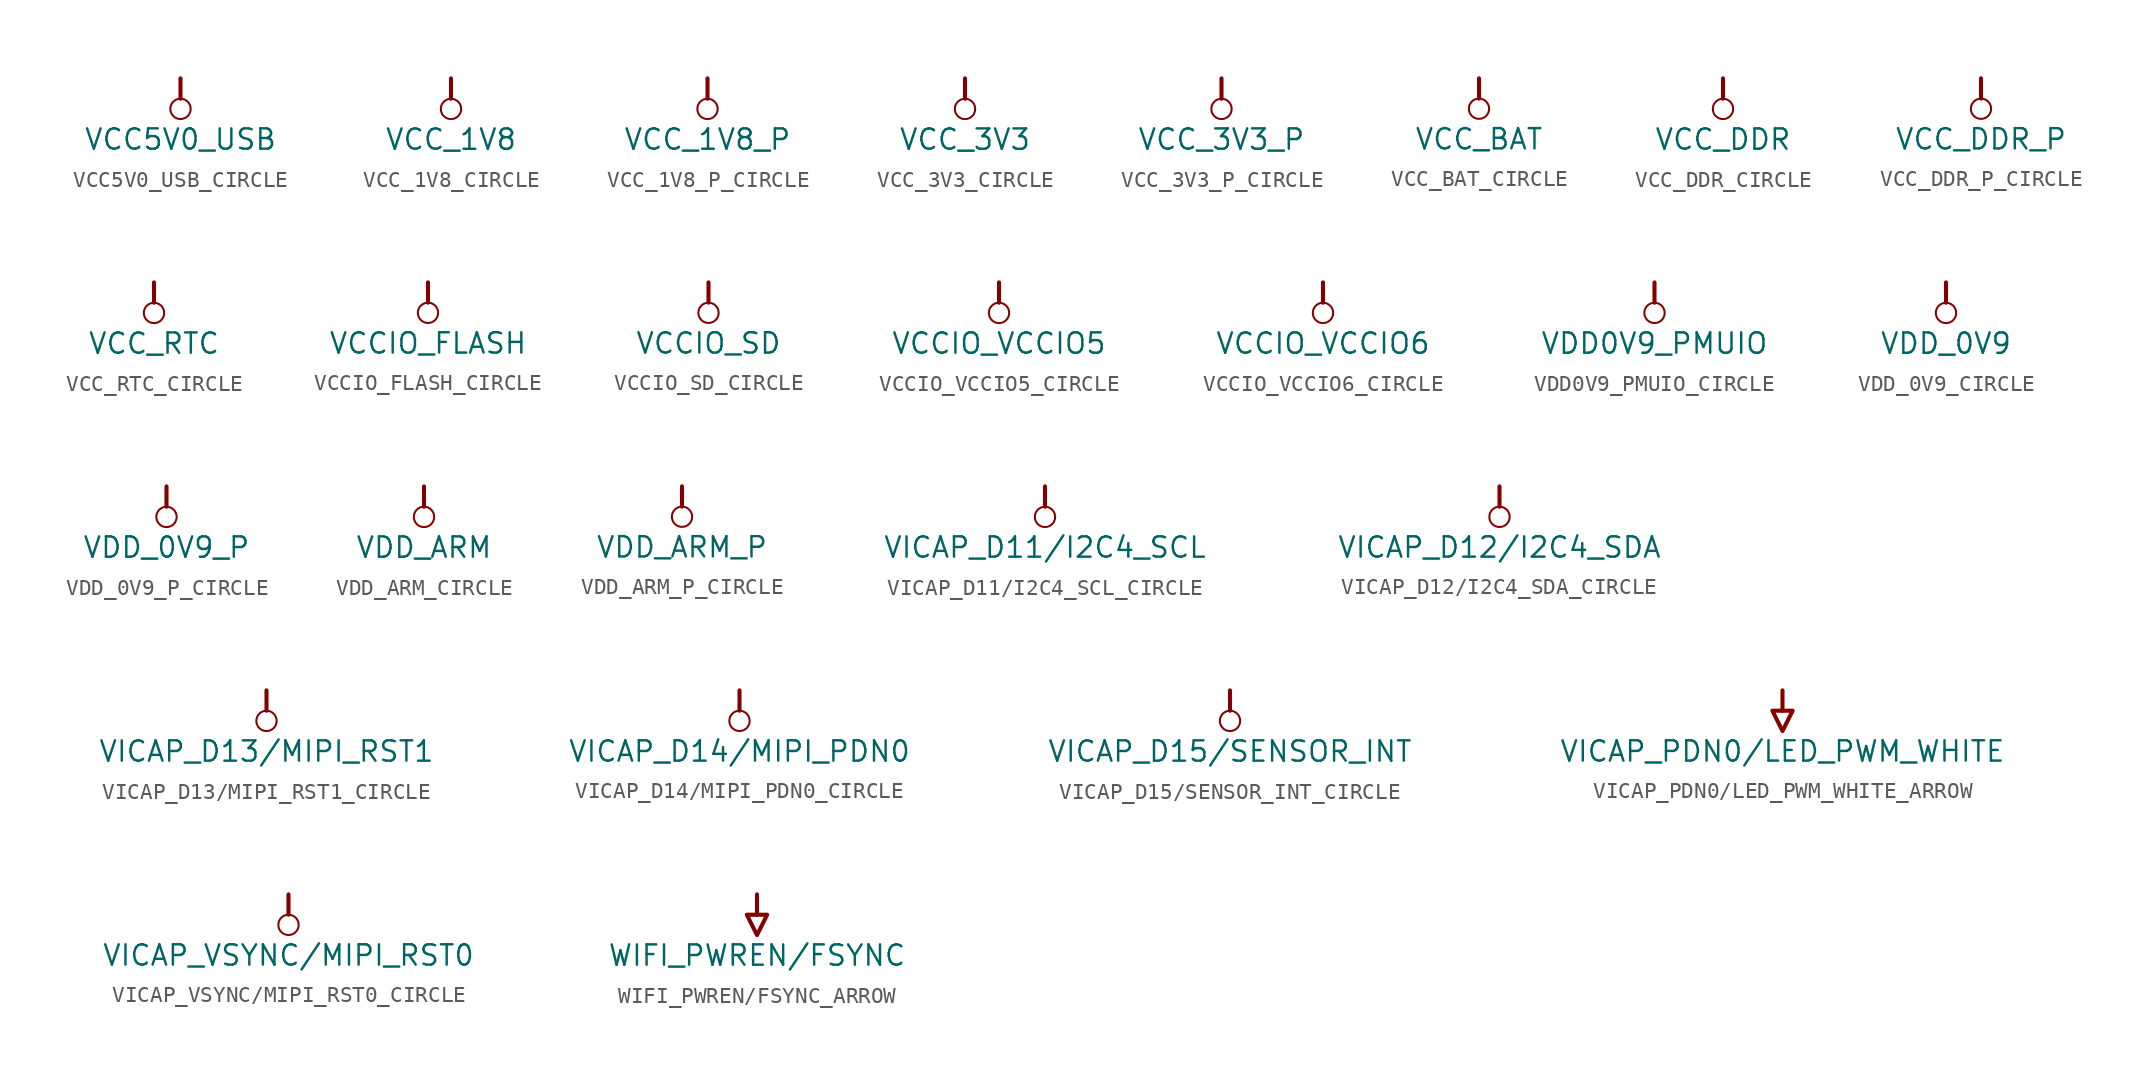
<source format=kicad_sym>
(kicad_symbol_lib
  (version 20241209)
  (generator "kicad_symbol_editor")
  (generator_version "9.0")
  (symbol "VCC5V0_USB_CIRCLE"
    (power)
    (property "Reference" "#PWR"
      (at 0 0 0)
      (effects (font (size 1.27 1.27)) (hide yes)))
    (property "Value" "VCC5V0_USB"
      (at 0 -3.81 0)
      (effects (font (size 1.27 1.27))))
    (symbol "VCC5V0_USB_CIRCLE_0_0"
      (polyline (pts (xy 0 0) (xy 0 -1.27)) (stroke (width 0.254) (type solid)) (fill (type none)))
      (circle (center 0 -1.905) (radius 0.635) (stroke (width 0.127) (type solid)) (fill (type none)))
      (pin power_in line (at 0 0 0) (length 0) (hide yes) (name "VCC5V0_USB" (effects (font (size 1.27 1.27)))) (number "" (effects (font (size 1.27 1.27)))))))
  (symbol "VCC_1V8_CIRCLE"
    (power)
    (property "Reference" "#PWR"
      (at 0 0 0)
      (effects (font (size 1.27 1.27)) (hide yes)))
    (property "Value" "VCC_1V8"
      (at 0 -3.81 0)
      (effects (font (size 1.27 1.27))))
    (symbol "VCC_1V8_CIRCLE_0_0"
      (polyline (pts (xy 0 0) (xy 0 -1.27)) (stroke (width 0.254) (type solid)) (fill (type none)))
      (circle (center 0 -1.905) (radius 0.635) (stroke (width 0.127) (type solid)) (fill (type none)))
      (pin power_in line (at 0 0 0) (length 0) (hide yes) (name "VCC_1V8" (effects (font (size 1.27 1.27)))) (number "" (effects (font (size 1.27 1.27)))))))
  (symbol "VCC_1V8_P_CIRCLE"
    (power)
    (property "Reference" "#PWR"
      (at 0 0 0)
      (effects (font (size 1.27 1.27)) (hide yes)))
    (property "Value" "VCC_1V8_P"
      (at 0 -3.81 0)
      (effects (font (size 1.27 1.27))))
    (symbol "VCC_1V8_P_CIRCLE_0_0"
      (polyline (pts (xy 0 0) (xy 0 -1.27)) (stroke (width 0.254) (type solid)) (fill (type none)))
      (circle (center 0 -1.905) (radius 0.635) (stroke (width 0.127) (type solid)) (fill (type none)))
      (pin power_in line (at 0 0 0) (length 0) (hide yes) (name "VCC_1V8_P" (effects (font (size 1.27 1.27)))) (number "" (effects (font (size 1.27 1.27)))))))
  (symbol "VCC_3V3_CIRCLE"
    (power)
    (property "Reference" "#PWR"
      (at 0 0 0)
      (effects (font (size 1.27 1.27)) (hide yes)))
    (property "Value" "VCC_3V3"
      (at 0 -3.81 0)
      (effects (font (size 1.27 1.27))))
    (symbol "VCC_3V3_CIRCLE_0_0"
      (polyline (pts (xy 0 0) (xy 0 -1.27)) (stroke (width 0.254) (type solid)) (fill (type none)))
      (circle (center 0 -1.905) (radius 0.635) (stroke (width 0.127) (type solid)) (fill (type none)))
      (pin power_in line (at 0 0 0) (length 0) (hide yes) (name "VCC_3V3" (effects (font (size 1.27 1.27)))) (number "" (effects (font (size 1.27 1.27)))))))
  (symbol "VCC_3V3_P_CIRCLE"
    (power)
    (property "Reference" "#PWR"
      (at 0 0 0)
      (effects (font (size 1.27 1.27)) (hide yes)))
    (property "Value" "VCC_3V3_P"
      (at 0 -3.81 0)
      (effects (font (size 1.27 1.27))))
    (symbol "VCC_3V3_P_CIRCLE_0_0"
      (polyline (pts (xy 0 0) (xy 0 -1.27)) (stroke (width 0.254) (type solid)) (fill (type none)))
      (circle (center 0 -1.905) (radius 0.635) (stroke (width 0.127) (type solid)) (fill (type none)))
      (pin power_in line (at 0 0 0) (length 0) (hide yes) (name "VCC_3V3_P" (effects (font (size 1.27 1.27)))) (number "" (effects (font (size 1.27 1.27)))))))
  (symbol "VCC_BAT_CIRCLE"
    (power)
    (property "Reference" "#PWR"
      (at 0 0 0)
      (effects (font (size 1.27 1.27)) (hide yes)))
    (property "Value" "VCC_BAT"
      (at 0 -3.81 0)
      (effects (font (size 1.27 1.27))))
    (symbol "VCC_BAT_CIRCLE_0_0"
      (polyline (pts (xy 0 0) (xy 0 -1.27)) (stroke (width 0.254) (type solid)) (fill (type none)))
      (circle (center 0 -1.905) (radius 0.635) (stroke (width 0.127) (type solid)) (fill (type none)))
      (pin power_in line (at 0 0 0) (length 0) (hide yes) (name "VCC_BAT" (effects (font (size 1.27 1.27)))) (number "" (effects (font (size 1.27 1.27)))))))
  (symbol "VCC_DDR_CIRCLE"
    (power)
    (property "Reference" "#PWR"
      (at 0 0 0)
      (effects (font (size 1.27 1.27)) (hide yes)))
    (property "Value" "VCC_DDR"
      (at 0 -3.81 0)
      (effects (font (size 1.27 1.27))))
    (symbol "VCC_DDR_CIRCLE_0_0"
      (polyline (pts (xy 0 0) (xy 0 -1.27)) (stroke (width 0.254) (type solid)) (fill (type none)))
      (circle (center 0 -1.905) (radius 0.635) (stroke (width 0.127) (type solid)) (fill (type none)))
      (pin power_in line (at 0 0 0) (length 0) (hide yes) (name "VCC_DDR" (effects (font (size 1.27 1.27)))) (number "" (effects (font (size 1.27 1.27)))))))
  (symbol "VCC_DDR_P_CIRCLE"
    (power)
    (property "Reference" "#PWR"
      (at 0 0 0)
      (effects (font (size 1.27 1.27)) (hide yes)))
    (property "Value" "VCC_DDR_P"
      (at 0 -3.81 0)
      (effects (font (size 1.27 1.27))))
    (symbol "VCC_DDR_P_CIRCLE_0_0"
      (polyline (pts (xy 0 0) (xy 0 -1.27)) (stroke (width 0.254) (type solid)) (fill (type none)))
      (circle (center 0 -1.905) (radius 0.635) (stroke (width 0.127) (type solid)) (fill (type none)))
      (pin power_in line (at 0 0 0) (length 0) (hide yes) (name "VCC_DDR_P" (effects (font (size 1.27 1.27)))) (number "" (effects (font (size 1.27 1.27)))))))
  (symbol "VCC_RTC_CIRCLE"
    (power)
    (property "Reference" "#PWR"
      (at 0 0 0)
      (effects (font (size 1.27 1.27)) (hide yes)))
    (property "Value" "VCC_RTC"
      (at 0 -3.81 0)
      (effects (font (size 1.27 1.27))))
    (symbol "VCC_RTC_CIRCLE_0_0"
      (polyline (pts (xy 0 0) (xy 0 -1.27)) (stroke (width 0.254) (type solid)) (fill (type none)))
      (circle (center 0 -1.905) (radius 0.635) (stroke (width 0.127) (type solid)) (fill (type none)))
      (pin power_in line (at 0 0 0) (length 0) (hide yes) (name "VCC_RTC" (effects (font (size 1.27 1.27)))) (number "" (effects (font (size 1.27 1.27)))))))
  (symbol "VCCIO_FLASH_CIRCLE"
    (power)
    (property "Reference" "#PWR"
      (at 0 0 0)
      (effects (font (size 1.27 1.27)) (hide yes)))
    (property "Value" "VCCIO_FLASH"
      (at 0 -3.81 0)
      (effects (font (size 1.27 1.27))))
    (symbol "VCCIO_FLASH_CIRCLE_0_0"
      (polyline (pts (xy 0 0) (xy 0 -1.27)) (stroke (width 0.254) (type solid)) (fill (type none)))
      (circle (center 0 -1.905) (radius 0.635) (stroke (width 0.127) (type solid)) (fill (type none)))
      (pin power_in line (at 0 0 0) (length 0) (hide yes) (name "VCCIO_FLASH" (effects (font (size 1.27 1.27)))) (number "" (effects (font (size 1.27 1.27)))))))
  (symbol "VCCIO_SD_CIRCLE"
    (power)
    (property "Reference" "#PWR"
      (at 0 0 0)
      (effects (font (size 1.27 1.27)) (hide yes)))
    (property "Value" "VCCIO_SD"
      (at 0 -3.81 0)
      (effects (font (size 1.27 1.27))))
    (symbol "VCCIO_SD_CIRCLE_0_0"
      (polyline (pts (xy 0 0) (xy 0 -1.27)) (stroke (width 0.254) (type solid)) (fill (type none)))
      (circle (center 0 -1.905) (radius 0.635) (stroke (width 0.127) (type solid)) (fill (type none)))
      (pin power_in line (at 0 0 0) (length 0) (hide yes) (name "VCCIO_SD" (effects (font (size 1.27 1.27)))) (number "" (effects (font (size 1.27 1.27)))))))
  (symbol "VCCIO_VCCIO5_CIRCLE"
    (power)
    (property "Reference" "#PWR"
      (at 0 0 0)
      (effects (font (size 1.27 1.27)) (hide yes)))
    (property "Value" "VCCIO_VCCIO5"
      (at 0 -3.81 0)
      (effects (font (size 1.27 1.27))))
    (symbol "VCCIO_VCCIO5_CIRCLE_0_0"
      (polyline (pts (xy 0 0) (xy 0 -1.27)) (stroke (width 0.254) (type solid)) (fill (type none)))
      (circle (center 0 -1.905) (radius 0.635) (stroke (width 0.127) (type solid)) (fill (type none)))
      (pin power_in line (at 0 0 0) (length 0) (hide yes) (name "VCCIO_VCCIO5" (effects (font (size 1.27 1.27)))) (number "" (effects (font (size 1.27 1.27)))))))
  (symbol "VCCIO_VCCIO6_CIRCLE"
    (power)
    (property "Reference" "#PWR"
      (at 0 0 0)
      (effects (font (size 1.27 1.27)) (hide yes)))
    (property "Value" "VCCIO_VCCIO6"
      (at 0 -3.81 0)
      (effects (font (size 1.27 1.27))))
    (symbol "VCCIO_VCCIO6_CIRCLE_0_0"
      (polyline (pts (xy 0 0) (xy 0 -1.27)) (stroke (width 0.254) (type solid)) (fill (type none)))
      (circle (center 0 -1.905) (radius 0.635) (stroke (width 0.127) (type solid)) (fill (type none)))
      (pin power_in line (at 0 0 0) (length 0) (hide yes) (name "VCCIO_VCCIO6" (effects (font (size 1.27 1.27)))) (number "" (effects (font (size 1.27 1.27)))))))
  (symbol "VDD0V9_PMUIO_CIRCLE"
    (power)
    (property "Reference" "#PWR"
      (at 0 0 0)
      (effects (font (size 1.27 1.27)) (hide yes)))
    (property "Value" "VDD0V9_PMUIO"
      (at 0 -3.81 0)
      (effects (font (size 1.27 1.27))))
    (symbol "VDD0V9_PMUIO_CIRCLE_0_0"
      (polyline (pts (xy 0 0) (xy 0 -1.27)) (stroke (width 0.254) (type solid)) (fill (type none)))
      (circle (center 0 -1.905) (radius 0.635) (stroke (width 0.127) (type solid)) (fill (type none)))
      (pin power_in line (at 0 0 0) (length 0) (hide yes) (name "VDD0V9_PMUIO" (effects (font (size 1.27 1.27)))) (number "" (effects (font (size 1.27 1.27)))))))
  (symbol "VDD_0V9_CIRCLE"
    (power)
    (property "Reference" "#PWR"
      (at 0 0 0)
      (effects (font (size 1.27 1.27)) (hide yes)))
    (property "Value" "VDD_0V9"
      (at 0 -3.81 0)
      (effects (font (size 1.27 1.27))))
    (symbol "VDD_0V9_CIRCLE_0_0"
      (polyline (pts (xy 0 0) (xy 0 -1.27)) (stroke (width 0.254) (type solid)) (fill (type none)))
      (circle (center 0 -1.905) (radius 0.635) (stroke (width 0.127) (type solid)) (fill (type none)))
      (pin power_in line (at 0 0 0) (length 0) (hide yes) (name "VDD_0V9" (effects (font (size 1.27 1.27)))) (number "" (effects (font (size 1.27 1.27)))))))
  (symbol "VDD_0V9_P_CIRCLE"
    (power)
    (property "Reference" "#PWR"
      (at 0 0 0)
      (effects (font (size 1.27 1.27)) (hide yes)))
    (property "Value" "VDD_0V9_P"
      (at 0 -3.81 0)
      (effects (font (size 1.27 1.27))))
    (symbol "VDD_0V9_P_CIRCLE_0_0"
      (polyline (pts (xy 0 0) (xy 0 -1.27)) (stroke (width 0.254) (type solid)) (fill (type none)))
      (circle (center 0 -1.905) (radius 0.635) (stroke (width 0.127) (type solid)) (fill (type none)))
      (pin power_in line (at 0 0 0) (length 0) (hide yes) (name "VDD_0V9_P" (effects (font (size 1.27 1.27)))) (number "" (effects (font (size 1.27 1.27)))))))
  (symbol "VDD_ARM_CIRCLE"
    (power)
    (property "Reference" "#PWR"
      (at 0 0 0)
      (effects (font (size 1.27 1.27)) (hide yes)))
    (property "Value" "VDD_ARM"
      (at 0 -3.81 0)
      (effects (font (size 1.27 1.27))))
    (symbol "VDD_ARM_CIRCLE_0_0"
      (polyline (pts (xy 0 0) (xy 0 -1.27)) (stroke (width 0.254) (type solid)) (fill (type none)))
      (circle (center 0 -1.905) (radius 0.635) (stroke (width 0.127) (type solid)) (fill (type none)))
      (pin power_in line (at 0 0 0) (length 0) (hide yes) (name "VDD_ARM" (effects (font (size 1.27 1.27)))) (number "" (effects (font (size 1.27 1.27)))))))
  (symbol "VDD_ARM_P_CIRCLE"
    (power)
    (property "Reference" "#PWR"
      (at 0 0 0)
      (effects (font (size 1.27 1.27)) (hide yes)))
    (property "Value" "VDD_ARM_P"
      (at 0 -3.81 0)
      (effects (font (size 1.27 1.27))))
    (symbol "VDD_ARM_P_CIRCLE_0_0"
      (polyline (pts (xy 0 0) (xy 0 -1.27)) (stroke (width 0.254) (type solid)) (fill (type none)))
      (circle (center 0 -1.905) (radius 0.635) (stroke (width 0.127) (type solid)) (fill (type none)))
      (pin power_in line (at 0 0 0) (length 0) (hide yes) (name "VDD_ARM_P" (effects (font (size 1.27 1.27)))) (number "" (effects (font (size 1.27 1.27)))))))
  (symbol "VICAP_D11/I2C4_SCL_CIRCLE"
    (power)
    (property "Reference" "#PWR"
      (at 0 0 0)
      (effects (font (size 1.27 1.27)) (hide yes)))
    (property "Value" "VICAP_D11/I2C4_SCL"
      (at 0 -3.81 0)
      (effects (font (size 1.27 1.27))))
    (symbol "VICAP_D11/I2C4_SCL_CIRCLE_0_0"
      (polyline (pts (xy 0 0) (xy 0 -1.27)) (stroke (width 0.254) (type solid)) (fill (type none)))
      (circle (center 0 -1.905) (radius 0.635) (stroke (width 0.127) (type solid)) (fill (type none)))
      (pin power_in line (at 0 0 0) (length 0) (hide yes) (name "VICAP_D11/I2C4_SCL" (effects (font (size 1.27 1.27)))) (number "" (effects (font (size 1.27 1.27)))))))
  (symbol "VICAP_D12/I2C4_SDA_CIRCLE"
    (power)
    (property "Reference" "#PWR"
      (at 0 0 0)
      (effects (font (size 1.27 1.27)) (hide yes)))
    (property "Value" "VICAP_D12/I2C4_SDA"
      (at 0 -3.81 0)
      (effects (font (size 1.27 1.27))))
    (symbol "VICAP_D12/I2C4_SDA_CIRCLE_0_0"
      (polyline (pts (xy 0 0) (xy 0 -1.27)) (stroke (width 0.254) (type solid)) (fill (type none)))
      (circle (center 0 -1.905) (radius 0.635) (stroke (width 0.127) (type solid)) (fill (type none)))
      (pin power_in line (at 0 0 0) (length 0) (hide yes) (name "VICAP_D12/I2C4_SDA" (effects (font (size 1.27 1.27)))) (number "" (effects (font (size 1.27 1.27)))))))
  (symbol "VICAP_D13/MIPI_RST1_CIRCLE"
    (power)
    (property "Reference" "#PWR"
      (at 0 0 0)
      (effects (font (size 1.27 1.27)) (hide yes)))
    (property "Value" "VICAP_D13/MIPI_RST1"
      (at 0 -3.81 0)
      (effects (font (size 1.27 1.27))))
    (symbol "VICAP_D13/MIPI_RST1_CIRCLE_0_0"
      (polyline (pts (xy 0 0) (xy 0 -1.27)) (stroke (width 0.254) (type solid)) (fill (type none)))
      (circle (center 0 -1.905) (radius 0.635) (stroke (width 0.127) (type solid)) (fill (type none)))
      (pin power_in line (at 0 0 0) (length 0) (hide yes) (name "VICAP_D13/MIPI_RST1" (effects (font (size 1.27 1.27)))) (number "" (effects (font (size 1.27 1.27)))))))
  (symbol "VICAP_D14/MIPI_PDN0_CIRCLE"
    (power)
    (property "Reference" "#PWR"
      (at 0 0 0)
      (effects (font (size 1.27 1.27)) (hide yes)))
    (property "Value" "VICAP_D14/MIPI_PDN0"
      (at 0 -3.81 0)
      (effects (font (size 1.27 1.27))))
    (symbol "VICAP_D14/MIPI_PDN0_CIRCLE_0_0"
      (polyline (pts (xy 0 0) (xy 0 -1.27)) (stroke (width 0.254) (type solid)) (fill (type none)))
      (circle (center 0 -1.905) (radius 0.635) (stroke (width 0.127) (type solid)) (fill (type none)))
      (pin power_in line (at 0 0 0) (length 0) (hide yes) (name "VICAP_D14/MIPI_PDN0" (effects (font (size 1.27 1.27)))) (number "" (effects (font (size 1.27 1.27)))))))
  (symbol "VICAP_D15/SENSOR_INT_CIRCLE"
    (power)
    (property "Reference" "#PWR"
      (at 0 0 0)
      (effects (font (size 1.27 1.27)) (hide yes)))
    (property "Value" "VICAP_D15/SENSOR_INT"
      (at 0 -3.81 0)
      (effects (font (size 1.27 1.27))))
    (symbol "VICAP_D15/SENSOR_INT_CIRCLE_0_0"
      (polyline (pts (xy 0 0) (xy 0 -1.27)) (stroke (width 0.254) (type solid)) (fill (type none)))
      (circle (center 0 -1.905) (radius 0.635) (stroke (width 0.127) (type solid)) (fill (type none)))
      (pin power_in line (at 0 0 0) (length 0) (hide yes) (name "VICAP_D15/SENSOR_INT" (effects (font (size 1.27 1.27)))) (number "" (effects (font (size 1.27 1.27)))))))
  (symbol "VICAP_PDN0/LED_PWM_WHITE_ARROW"
    (power)
    (property "Reference" "#PWR"
      (at 0 0 0)
      (effects (font (size 1.27 1.27)) (hide yes)))
    (property "Value" "VICAP_PDN0/LED_PWM_WHITE"
      (at 0 -3.81 0)
      (effects (font (size 1.27 1.27))))
    (symbol "VICAP_PDN0/LED_PWM_WHITE_ARROW_0_0"
      (polyline (pts (xy -0.635 -1.27) (xy 0.635 -1.27) (xy 0 -2.54) (xy -0.635 -1.27)) (stroke (width 0.254) (type solid)) (fill (type none)))
      (polyline (pts (xy 0 0) (xy 0 -1.27)) (stroke (width 0.254) (type solid)) (fill (type none)))
      (pin power_in line (at 0 0 0) (length 0) (hide yes) (name "VICAP_PDN0/LED_PWM_WHITE" (effects (font (size 1.27 1.27)))) (number "" (effects (font (size 1.27 1.27)))))))
  (symbol "VICAP_VSYNC/MIPI_RST0_CIRCLE"
    (power)
    (property "Reference" "#PWR"
      (at 0 0 0)
      (effects (font (size 1.27 1.27)) (hide yes)))
    (property "Value" "VICAP_VSYNC/MIPI_RST0"
      (at 0 -3.81 0)
      (effects (font (size 1.27 1.27))))
    (symbol "VICAP_VSYNC/MIPI_RST0_CIRCLE_0_0"
      (polyline (pts (xy 0 0) (xy 0 -1.27)) (stroke (width 0.254) (type solid)) (fill (type none)))
      (circle (center 0 -1.905) (radius 0.635) (stroke (width 0.127) (type solid)) (fill (type none)))
      (pin power_in line (at 0 0 0) (length 0) (hide yes) (name "VICAP_VSYNC/MIPI_RST0" (effects (font (size 1.27 1.27)))) (number "" (effects (font (size 1.27 1.27)))))))
  (symbol "WIFI_PWREN/FSYNC_ARROW"
    (power)
    (property "Reference" "#PWR"
      (at 0 0 0)
      (effects (font (size 1.27 1.27)) (hide yes)))
    (property "Value" "WIFI_PWREN/FSYNC"
      (at 0 -3.81 0)
      (effects (font (size 1.27 1.27))))
    (symbol "WIFI_PWREN/FSYNC_ARROW_0_0"
      (polyline (pts (xy -0.635 -1.27) (xy 0.635 -1.27) (xy 0 -2.54) (xy -0.635 -1.27)) (stroke (width 0.254) (type solid)) (fill (type none)))
      (polyline (pts (xy 0 0) (xy 0 -1.27)) (stroke (width 0.254) (type solid)) (fill (type none)))
      (pin power_in line (at 0 0 0) (length 0) (hide yes) (name "WIFI_PWREN/FSYNC" (effects (font (size 1.27 1.27)))) (number "" (effects (font (size 1.27 1.27))))))))
</source>
